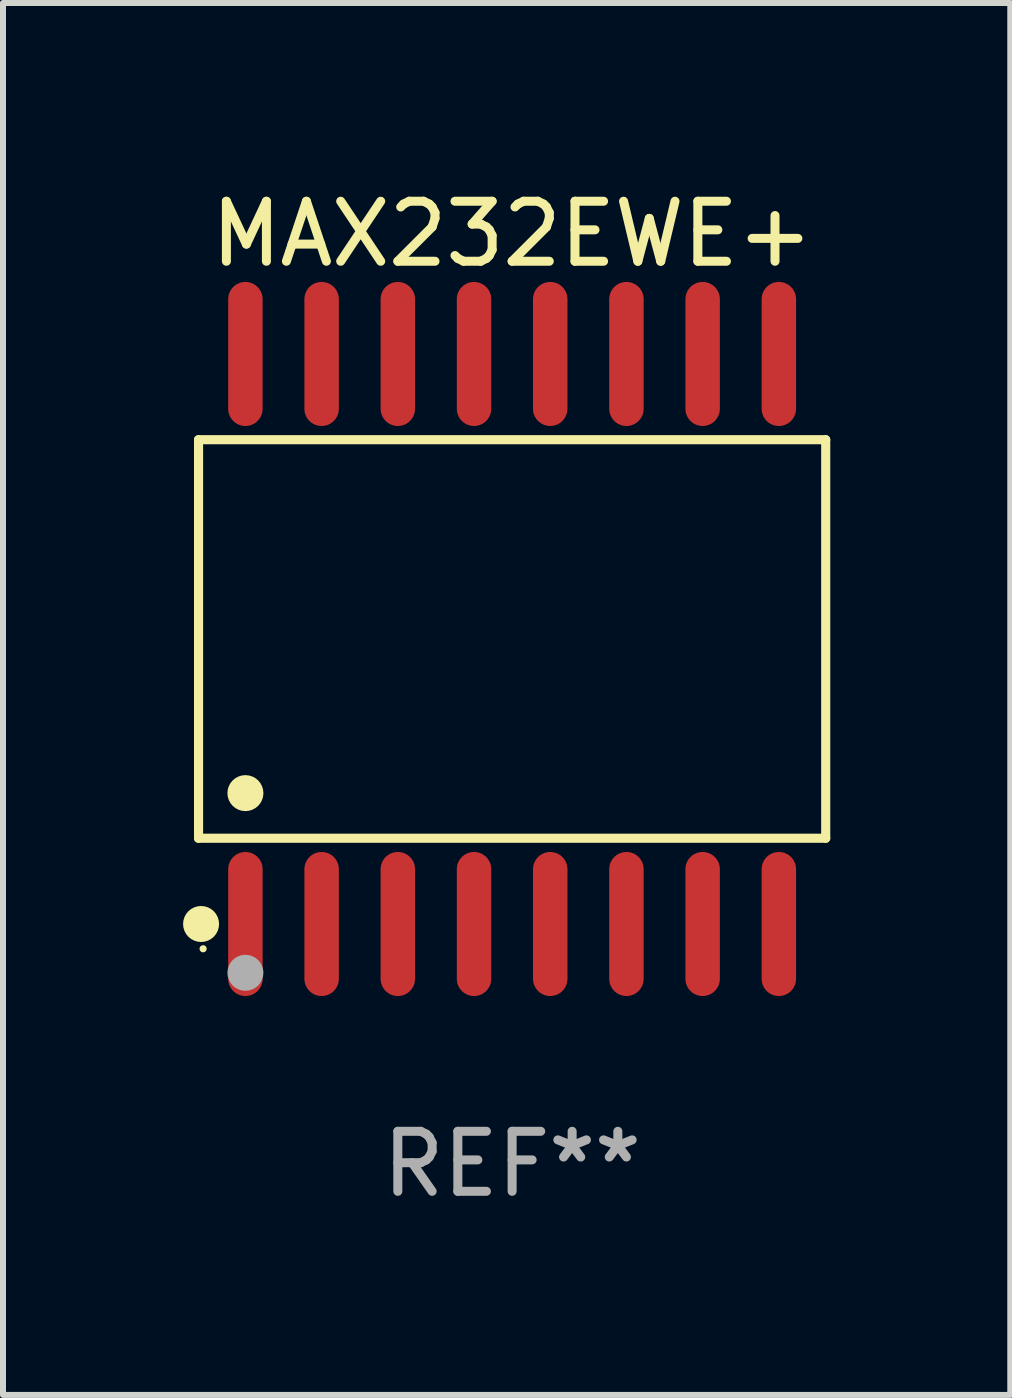
<source format=kicad_pcb>
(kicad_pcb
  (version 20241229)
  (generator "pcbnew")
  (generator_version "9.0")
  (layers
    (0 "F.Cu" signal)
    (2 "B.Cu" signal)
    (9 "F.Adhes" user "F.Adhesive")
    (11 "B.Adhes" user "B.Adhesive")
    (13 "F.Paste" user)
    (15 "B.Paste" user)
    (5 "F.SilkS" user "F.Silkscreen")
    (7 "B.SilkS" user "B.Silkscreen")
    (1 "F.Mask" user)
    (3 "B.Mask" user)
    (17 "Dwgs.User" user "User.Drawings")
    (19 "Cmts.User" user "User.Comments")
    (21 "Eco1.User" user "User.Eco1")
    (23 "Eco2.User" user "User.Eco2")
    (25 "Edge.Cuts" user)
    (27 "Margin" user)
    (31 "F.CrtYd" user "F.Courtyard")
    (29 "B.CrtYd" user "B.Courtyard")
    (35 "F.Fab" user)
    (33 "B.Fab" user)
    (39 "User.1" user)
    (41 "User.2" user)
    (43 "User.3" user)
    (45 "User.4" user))
  (footprint "MAX232EWE+"
    (layer "F.Cu")
    (at 5.485 7.599)
    (property "Reference" "MAX232EWE+" (at 0 -6.75 0) (layer "F.SilkS") (effects (font (size 1 1) (thickness 0.15))))
    (attr through_hole)
    (fp_line (start -5.226 -3.321) (end 5.226 -3.321) (stroke (width 0.152) (type solid)) (layer "F.SilkS"))
    (fp_line (start -5.226 3.321) (end -5.226 -3.321) (stroke (width 0.152) (type solid)) (layer "F.SilkS"))
    (fp_line (start 5.226 -3.321) (end 5.226 3.321) (stroke (width 0.152) (type solid)) (layer "F.SilkS"))
    (fp_line (start 5.226 3.321) (end -5.226 3.321) (stroke (width 0.152) (type solid)) (layer "F.SilkS"))
    (fp_circle (center -5.184 4.75) (end -5.034 4.75) (stroke (width 0.3) (type solid)) (fill no) (layer "F.SilkS"))
    (fp_circle (center -5.15 5.163) (end -5.12 5.163) (stroke (width 0.06) (type solid)) (fill no) (layer "F.SilkS"))
    (fp_circle (center -4.445 2.569) (end -4.295 2.569) (stroke (width 0.3) (type solid)) (fill no) (layer "F.SilkS"))
    (fp_circle (center -4.445 5.563) (end -4.295 5.563) (stroke (width 0.3) (type solid)) (fill no) (layer "F.Fab"))
    (fp_text user "REF**" (at 0 8.75 0) (layer "F.Fab") (effects (font (size 1 1) (thickness 0.15))))
    (pad "1" smd oval (at -4.445 4.75) (size 0.574 2.401) (layers "F.Cu" "F.Mask" "F.Paste"))
    (pad "2" smd oval (at -3.175 4.75) (size 0.574 2.401) (layers "F.Cu" "F.Mask" "F.Paste"))
    (pad "3" smd oval (at -1.905 4.75) (size 0.574 2.401) (layers "F.Cu" "F.Mask" "F.Paste"))
    (pad "4" smd oval (at -0.635 4.75) (size 0.574 2.401) (layers "F.Cu" "F.Mask" "F.Paste"))
    (pad "5" smd oval (at 0.635 4.75) (size 0.574 2.401) (layers "F.Cu" "F.Mask" "F.Paste"))
    (pad "6" smd oval (at 1.905 4.75) (size 0.574 2.401) (layers "F.Cu" "F.Mask" "F.Paste"))
    (pad "7" smd oval (at 3.175 4.75) (size 0.574 2.401) (layers "F.Cu" "F.Mask" "F.Paste"))
    (pad "8" smd oval (at 4.445 4.75) (size 0.574 2.401) (layers "F.Cu" "F.Mask" "F.Paste"))
    (pad "9" smd oval (at 4.445 -4.75) (size 0.574 2.401) (layers "F.Cu" "F.Mask" "F.Paste"))
    (pad "10" smd oval (at 3.175 -4.75) (size 0.574 2.401) (layers "F.Cu" "F.Mask" "F.Paste"))
    (pad "11" smd oval (at 1.905 -4.75) (size 0.574 2.401) (layers "F.Cu" "F.Mask" "F.Paste"))
    (pad "12" smd oval (at 0.635 -4.75) (size 0.574 2.401) (layers "F.Cu" "F.Mask" "F.Paste"))
    (pad "13" smd oval (at -0.635 -4.75) (size 0.574 2.401) (layers "F.Cu" "F.Mask" "F.Paste"))
    (pad "14" smd oval (at -1.905 -4.75) (size 0.574 2.401) (layers "F.Cu" "F.Mask" "F.Paste"))
    (pad "15" smd oval (at -3.175 -4.75) (size 0.574 2.401) (layers "F.Cu" "F.Mask" "F.Paste"))
    (pad "16" smd oval (at -4.445 -4.75) (size 0.574 2.401) (layers "F.Cu" "F.Mask" "F.Paste")))
  (gr_rect
    (start -3 -3)
    (end 13.787 20.197)
    (stroke (width 0.1) (type default))
    (fill no)
    (layer "Edge.Cuts")))
</source>
